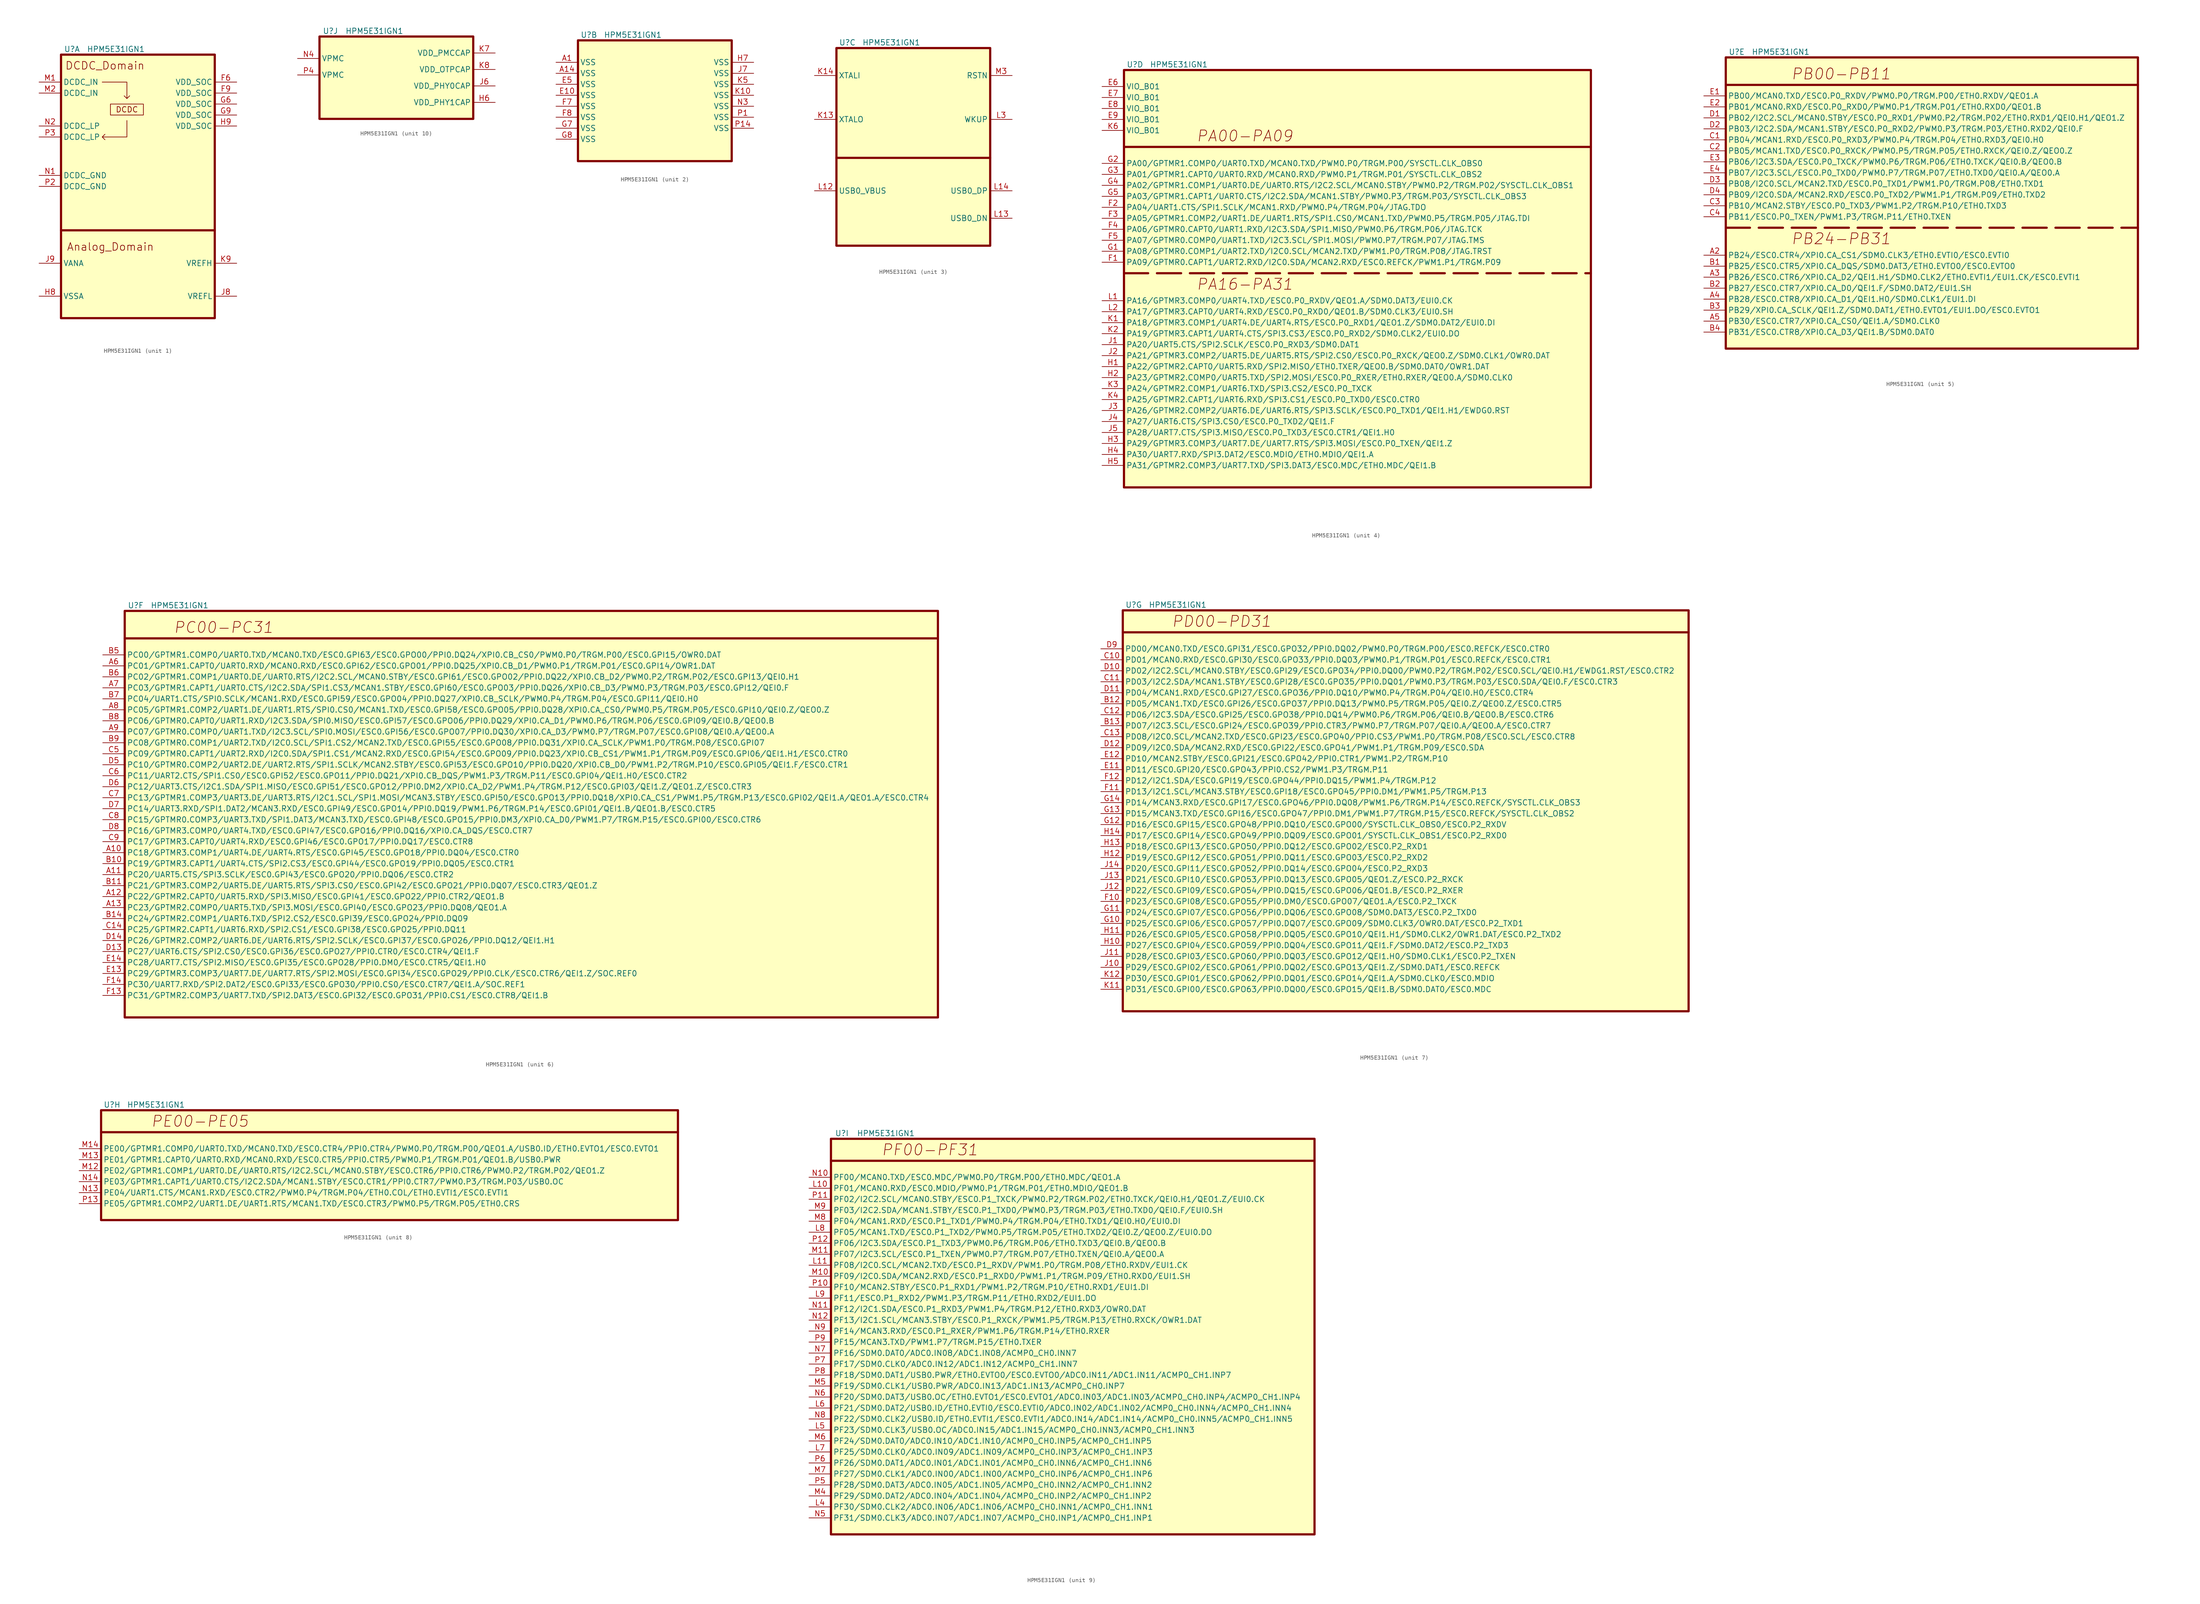
<source format=kicad_sym>
(kicad_symbol_lib
  (version 20241209)
  (generator "kicad_symbol_editor")
  (generator_version "9.0")
  (symbol "HPM5E31IGN1"
    (property "Reference" "U"
      (at 2.54 1.27 0)
      (effects (font (size 1.27 1.27))))
    (property "Value" "HPM5E31IGN1"
      (at 12.7 1.27 0)
      (effects (font (size 1.27 1.27))))
    (property "ki_locked" ""
      (at 0 0 0)
      (effects (font (size 1.27 1.27))))
    (symbol "HPM5E31IGN1_1_1"
      (rectangle (start 0 0) (end 35.56 -60.96) (stroke (width 0.508) (type default)) (fill (type background)))
      (polyline (pts (xy 0 -40.64) (xy 35.56 -40.64)) (stroke (width 0.508) (type default)) (fill (type none)))
      (polyline (pts (xy 9.525 -6.35) (xy 15.24 -6.35) (xy 15.24 -10.16) (xy 14.605 -9.525) (xy 15.24 -10.16) (xy 15.875 -9.525)) (stroke (width 0) (type default)) (fill (type none)))
      (rectangle (start 11.43 -11.43) (end 19.05 -13.97) (stroke (width 0) (type default)) (fill (type none)))
      (polyline (pts (xy 15.24 -15.24) (xy 15.24 -19.05) (xy 9.525 -19.05) (xy 10.16 -18.415) (xy 9.525 -19.05) (xy 10.16 -19.685)) (stroke (width 0) (type default)) (fill (type none)))
      (text "DCDC_Domain" (at 10.16 -2.54 0) (effects (font (size 1.778 1.778))))
      (text "Analog_Domain" (at 11.43 -44.45 0) (effects (font (size 1.778 1.778))))
      (text "DCDC" (at 15.24 -12.7 0) (effects (font (size 1.27 1.27))))
      (pin power_in line (at -5.08 -6.35 0) (length 5.08) (name "DCDC_IN" (effects (font (size 1.27 1.27)))) (number "M1" (effects (font (size 1.27 1.27)))))
      (pin power_in line (at -5.08 -8.89 0) (length 5.08) (name "DCDC_IN" (effects (font (size 1.27 1.27)))) (number "M2" (effects (font (size 1.27 1.27)))))
      (pin power_in line (at -5.08 -16.51 0) (length 5.08) (name "DCDC_LP" (effects (font (size 1.27 1.27)))) (number "N2" (effects (font (size 1.27 1.27)))))
      (pin power_in line (at -5.08 -19.05 0) (length 5.08) (name "DCDC_LP" (effects (font (size 1.27 1.27)))) (number "P3" (effects (font (size 1.27 1.27)))))
      (pin power_in line (at -5.08 -27.94 0) (length 5.08) (name "DCDC_GND" (effects (font (size 1.27 1.27)))) (number "N1" (effects (font (size 1.27 1.27)))))
      (pin power_in line (at -5.08 -30.48 0) (length 5.08) (name "DCDC_GND" (effects (font (size 1.27 1.27)))) (number "P2" (effects (font (size 1.27 1.27)))))
      (pin power_in line (at -5.08 -48.26 0) (length 5.08) (name "VANA" (effects (font (size 1.27 1.27)))) (number "J9" (effects (font (size 1.27 1.27)))))
      (pin power_in line (at -5.08 -55.88 0) (length 5.08) (name "VSSA" (effects (font (size 1.27 1.27)))) (number "H8" (effects (font (size 1.27 1.27)))))
      (pin power_in line (at 40.64 -6.35 180) (length 5.08) (name "VDD_SOC" (effects (font (size 1.27 1.27)))) (number "F6" (effects (font (size 1.27 1.27)))))
      (pin power_in line (at 40.64 -8.89 180) (length 5.08) (name "VDD_SOC" (effects (font (size 1.27 1.27)))) (number "F9" (effects (font (size 1.27 1.27)))))
      (pin power_in line (at 40.64 -11.43 180) (length 5.08) (name "VDD_SOC" (effects (font (size 1.27 1.27)))) (number "G6" (effects (font (size 1.27 1.27)))))
      (pin power_in line (at 40.64 -13.97 180) (length 5.08) (name "VDD_SOC" (effects (font (size 1.27 1.27)))) (number "G9" (effects (font (size 1.27 1.27)))))
      (pin power_in line (at 40.64 -16.51 180) (length 5.08) (name "VDD_SOC" (effects (font (size 1.27 1.27)))) (number "H9" (effects (font (size 1.27 1.27)))))
      (pin power_in line (at 40.64 -48.26 180) (length 5.08) (name "VREFH" (effects (font (size 1.27 1.27)))) (number "K9" (effects (font (size 1.27 1.27)))))
      (pin power_in line (at 40.64 -55.88 180) (length 5.08) (name "VREFL" (effects (font (size 1.27 1.27)))) (number "J8" (effects (font (size 1.27 1.27))))))
    (symbol "HPM5E31IGN1_2_1"
      (rectangle (start 0 0) (end 35.56 -27.94) (stroke (width 0.508) (type default)) (fill (type background)))
      (pin power_in line (at -5.08 -5.08 0) (length 5.08) (name "VSS" (effects (font (size 1.27 1.27)))) (number "A1" (effects (font (size 1.27 1.27)))))
      (pin power_in line (at -5.08 -7.62 0) (length 5.08) (name "VSS" (effects (font (size 1.27 1.27)))) (number "A14" (effects (font (size 1.27 1.27)))))
      (pin power_in line (at -5.08 -10.16 0) (length 5.08) (name "VSS" (effects (font (size 1.27 1.27)))) (number "E5" (effects (font (size 1.27 1.27)))))
      (pin power_in line (at -5.08 -12.7 0) (length 5.08) (name "VSS" (effects (font (size 1.27 1.27)))) (number "E10" (effects (font (size 1.27 1.27)))))
      (pin power_in line (at -5.08 -15.24 0) (length 5.08) (name "VSS" (effects (font (size 1.27 1.27)))) (number "F7" (effects (font (size 1.27 1.27)))))
      (pin power_in line (at -5.08 -17.78 0) (length 5.08) (name "VSS" (effects (font (size 1.27 1.27)))) (number "F8" (effects (font (size 1.27 1.27)))))
      (pin power_in line (at -5.08 -20.32 0) (length 5.08) (name "VSS" (effects (font (size 1.27 1.27)))) (number "G7" (effects (font (size 1.27 1.27)))))
      (pin power_in line (at -5.08 -22.86 0) (length 5.08) (name "VSS" (effects (font (size 1.27 1.27)))) (number "G8" (effects (font (size 1.27 1.27)))))
      (pin power_in line (at 40.64 -5.08 180) (length 5.08) (name "VSS" (effects (font (size 1.27 1.27)))) (number "H7" (effects (font (size 1.27 1.27)))))
      (pin power_in line (at 40.64 -7.62 180) (length 5.08) (name "VSS" (effects (font (size 1.27 1.27)))) (number "J7" (effects (font (size 1.27 1.27)))))
      (pin power_in line (at 40.64 -10.16 180) (length 5.08) (name "VSS" (effects (font (size 1.27 1.27)))) (number "K5" (effects (font (size 1.27 1.27)))))
      (pin power_in line (at 40.64 -12.7 180) (length 5.08) (name "VSS" (effects (font (size 1.27 1.27)))) (number "K10" (effects (font (size 1.27 1.27)))))
      (pin power_in line (at 40.64 -15.24 180) (length 5.08) (name "VSS" (effects (font (size 1.27 1.27)))) (number "N3" (effects (font (size 1.27 1.27)))))
      (pin power_in line (at 40.64 -17.78 180) (length 5.08) (name "VSS" (effects (font (size 1.27 1.27)))) (number "P1" (effects (font (size 1.27 1.27)))))
      (pin power_in line (at 40.64 -20.32 180) (length 5.08) (name "VSS" (effects (font (size 1.27 1.27)))) (number "P14" (effects (font (size 1.27 1.27))))))
    (symbol "HPM5E31IGN1_3_1"
      (rectangle (start 0 0) (end 35.56 -45.72) (stroke (width 0.508) (type default)) (fill (type background)))
      (polyline (pts (xy 0 -25.4) (xy 35.56 -25.4)) (stroke (width 0.508) (type default)) (fill (type none)))
      (pin input line (at -5.08 -6.35 0) (length 5.08) (name "XTALI" (effects (font (size 1.27 1.27)))) (number "K14" (effects (font (size 1.27 1.27)))))
      (pin input line (at -5.08 -16.51 0) (length 5.08) (name "XTALO" (effects (font (size 1.27 1.27)))) (number "K13" (effects (font (size 1.27 1.27)))))
      (pin input line (at -5.08 -33.02 0) (length 5.08) (name "USB0_VBUS" (effects (font (size 1.27 1.27)))) (number "L12" (effects (font (size 1.27 1.27)))))
      (pin input line (at 40.64 -6.35 180) (length 5.08) (name "RSTN" (effects (font (size 1.27 1.27)))) (number "M3" (effects (font (size 1.27 1.27)))))
      (pin input line (at 40.64 -16.51 180) (length 5.08) (name "WKUP" (effects (font (size 1.27 1.27)))) (number "L3" (effects (font (size 1.27 1.27)))))
      (pin input line (at 40.64 -33.02 180) (length 5.08) (name "USB0_DP" (effects (font (size 1.27 1.27)))) (number "L14" (effects (font (size 1.27 1.27)))))
      (pin input line (at 40.64 -39.37 180) (length 5.08) (name "USB0_DN" (effects (font (size 1.27 1.27)))) (number "L13" (effects (font (size 1.27 1.27))))))
    (symbol "HPM5E31IGN1_4_1"
      (rectangle (start 0 0) (end 107.95 -96.52) (stroke (width 0.508) (type default)) (fill (type background)))
      (polyline (pts (xy 0 -17.78) (xy 107.95 -17.78)) (stroke (width 0.508) (type default)) (fill (type none)))
      (polyline (pts (xy 0 -46.99) (xy 107.95 -46.99)) (stroke (width 0.508) (type dash)) (fill (type none)))
      (text "PA00-PA09" (at 27.94 -15.24 0) (effects (font (size 2.54 2.54) (italic yes))))
      (text "PA16-PA31" (at 27.94 -49.53 0) (effects (font (size 2.54 2.54) (italic yes))))
      (pin input line (at -5.08 -3.81 0) (length 5.08) (name "VIO_B01" (effects (font (size 1.27 1.27)))) (number "E6" (effects (font (size 1.27 1.27)))))
      (pin input line (at -5.08 -6.35 0) (length 5.08) (name "VIO_B01" (effects (font (size 1.27 1.27)))) (number "E7" (effects (font (size 1.27 1.27)))))
      (pin input line (at -5.08 -8.89 0) (length 5.08) (name "VIO_B01" (effects (font (size 1.27 1.27)))) (number "E8" (effects (font (size 1.27 1.27)))))
      (pin input line (at -5.08 -11.43 0) (length 5.08) (name "VIO_B01" (effects (font (size 1.27 1.27)))) (number "E9" (effects (font (size 1.27 1.27)))))
      (pin input line (at -5.08 -13.97 0) (length 5.08) (name "VIO_B01" (effects (font (size 1.27 1.27)))) (number "K6" (effects (font (size 1.27 1.27)))))
      (pin input line (at -5.08 -21.59 0) (length 5.08) (name "PA00/GPTMR1.COMP0/UART0.TXD/MCAN0.TXD/PWM0.P0/TRGM.P00/SYSCTL.CLK_OBS0" (effects (font (size 1.27 1.27)))) (number "G2" (effects (font (size 1.27 1.27)))))
      (pin input line (at -5.08 -24.13 0) (length 5.08) (name "PA01/GPTMR1.CAPT0/UART0.RXD/MCAN0.RXD/PWM0.P1/TRGM.P01/SYSCTL.CLK_OBS2" (effects (font (size 1.27 1.27)))) (number "G3" (effects (font (size 1.27 1.27)))))
      (pin input line (at -5.08 -26.67 0) (length 5.08) (name "PA02/GPTMR1.COMP1/UART0.DE/UART0.RTS/I2C2.SCL/MCAN0.STBY/PWM0.P2/TRGM.P02/SYSCTL.CLK_OBS1" (effects (font (size 1.27 1.27)))) (number "G4" (effects (font (size 1.27 1.27)))))
      (pin input line (at -5.08 -29.21 0) (length 5.08) (name "PA03/GPTMR1.CAPT1/UART0.CTS/I2C2.SDA/MCAN1.STBY/PWM0.P3/TRGM.P03/SYSCTL.CLK_OBS3" (effects (font (size 1.27 1.27)))) (number "G5" (effects (font (size 1.27 1.27)))))
      (pin input line (at -5.08 -31.75 0) (length 5.08) (name "PA04/UART1.CTS/SPI1.SCLK/MCAN1.RXD/PWM0.P4/TRGM.P04/JTAG.TDO" (effects (font (size 1.27 1.27)))) (number "F2" (effects (font (size 1.27 1.27)))))
      (pin input line (at -5.08 -34.29 0) (length 5.08) (name "PA05/GPTMR1.COMP2/UART1.DE/UART1.RTS/SPI1.CS0/MCAN1.TXD/PWM0.P5/TRGM.P05/JTAG.TDI" (effects (font (size 1.27 1.27)))) (number "F3" (effects (font (size 1.27 1.27)))))
      (pin input line (at -5.08 -36.83 0) (length 5.08) (name "PA06/GPTMR0.CAPT0/UART1.RXD/I2C3.SDA/SPI1.MISO/PWM0.P6/TRGM.P06/JTAG.TCK" (effects (font (size 1.27 1.27)))) (number "F4" (effects (font (size 1.27 1.27)))))
      (pin input line (at -5.08 -39.37 0) (length 5.08) (name "PA07/GPTMR0.COMP0/UART1.TXD/I2C3.SCL/SPI1.MOSI/PWM0.P7/TRGM.P07/JTAG.TMS" (effects (font (size 1.27 1.27)))) (number "F5" (effects (font (size 1.27 1.27)))))
      (pin input line (at -5.08 -41.91 0) (length 5.08) (name "PA08/GPTMR0.COMP1/UART2.TXD/I2C0.SCL/MCAN2.TXD/PWM1.P0/TRGM.P08/JTAG.TRST" (effects (font (size 1.27 1.27)))) (number "G1" (effects (font (size 1.27 1.27)))))
      (pin input line (at -5.08 -44.45 0) (length 5.08) (name "PA09/GPTMR0.CAPT1/UART2.RXD/I2C0.SDA/MCAN2.RXD/ESC0.REFCK/PWM1.P1/TRGM.P09" (effects (font (size 1.27 1.27)))) (number "F1" (effects (font (size 1.27 1.27)))))
      (pin input line (at -5.08 -53.34 0) (length 5.08) (name "PA16/GPTMR3.COMP0/UART4.TXD/ESC0.P0_RXDV/QEO1.A/SDM0.DAT3/EUI0.CK" (effects (font (size 1.27 1.27)))) (number "L1" (effects (font (size 1.27 1.27)))))
      (pin input line (at -5.08 -55.88 0) (length 5.08) (name "PA17/GPTMR3.CAPT0/UART4.RXD/ESC0.P0_RXD0/QEO1.B/SDM0.CLK3/EUI0.SH" (effects (font (size 1.27 1.27)))) (number "L2" (effects (font (size 1.27 1.27)))))
      (pin input line (at -5.08 -58.42 0) (length 5.08) (name "PA18/GPTMR3.COMP1/UART4.DE/UART4.RTS/ESC0.P0_RXD1/QEO1.Z/SDM0.DAT2/EUI0.DI" (effects (font (size 1.27 1.27)))) (number "K1" (effects (font (size 1.27 1.27)))))
      (pin input line (at -5.08 -60.96 0) (length 5.08) (name "PA19/GPTMR3.CAPT1/UART4.CTS/SPI3.CS3/ESC0.P0_RXD2/SDM0.CLK2/EUI0.DO" (effects (font (size 1.27 1.27)))) (number "K2" (effects (font (size 1.27 1.27)))))
      (pin input line (at -5.08 -63.5 0) (length 5.08) (name "PA20/UART5.CTS/SPI2.SCLK/ESC0.P0_RXD3/SDM0.DAT1" (effects (font (size 1.27 1.27)))) (number "J1" (effects (font (size 1.27 1.27)))))
      (pin input line (at -5.08 -66.04 0) (length 5.08) (name "PA21/GPTMR3.COMP2/UART5.DE/UART5.RTS/SPI2.CS0/ESC0.P0_RXCK/QEO0.Z/SDM0.CLK1/OWR0.DAT" (effects (font (size 1.27 1.27)))) (number "J2" (effects (font (size 1.27 1.27)))))
      (pin input line (at -5.08 -68.58 0) (length 5.08) (name "PA22/GPTMR2.CAPT0/UART5.RXD/SPI2.MISO/ETH0.TXER/QEO0.B/SDM0.DAT0/OWR1.DAT" (effects (font (size 1.27 1.27)))) (number "H1" (effects (font (size 1.27 1.27)))))
      (pin input line (at -5.08 -71.12 0) (length 5.08) (name "PA23/GPTMR2.COMP0/UART5.TXD/SPI2.MOSI/ESC0.P0_RXER/ETH0.RXER/QEO0.A/SDM0.CLK0" (effects (font (size 1.27 1.27)))) (number "H2" (effects (font (size 1.27 1.27)))))
      (pin input line (at -5.08 -73.66 0) (length 5.08) (name "PA24/GPTMR2.COMP1/UART6.TXD/SPI3.CS2/ESC0.P0_TXCK" (effects (font (size 1.27 1.27)))) (number "K3" (effects (font (size 1.27 1.27)))))
      (pin input line (at -5.08 -76.2 0) (length 5.08) (name "PA25/GPTMR2.CAPT1/UART6.RXD/SPI3.CS1/ESC0.P0_TXD0/ESC0.CTR0" (effects (font (size 1.27 1.27)))) (number "K4" (effects (font (size 1.27 1.27)))))
      (pin input line (at -5.08 -78.74 0) (length 5.08) (name "PA26/GPTMR2.COMP2/UART6.DE/UART6.RTS/SPI3.SCLK/ESC0.P0_TXD1/QEI1.H1/EWDG0.RST" (effects (font (size 1.27 1.27)))) (number "J3" (effects (font (size 1.27 1.27)))))
      (pin input line (at -5.08 -81.28 0) (length 5.08) (name "PA27/UART6.CTS/SPI3.CS0/ESC0.P0_TXD2/QEI1.F" (effects (font (size 1.27 1.27)))) (number "J4" (effects (font (size 1.27 1.27)))))
      (pin input line (at -5.08 -83.82 0) (length 5.08) (name "PA28/UART7.CTS/SPI3.MISO/ESC0.P0_TXD3/ESC0.CTR1/QEI1.H0" (effects (font (size 1.27 1.27)))) (number "J5" (effects (font (size 1.27 1.27)))))
      (pin input line (at -5.08 -86.36 0) (length 5.08) (name "PA29/GPTMR3.COMP3/UART7.DE/UART7.RTS/SPI3.MOSI/ESC0.P0_TXEN/QEI1.Z" (effects (font (size 1.27 1.27)))) (number "H3" (effects (font (size 1.27 1.27)))))
      (pin input line (at -5.08 -88.9 0) (length 5.08) (name "PA30/UART7.RXD/SPI3.DAT2/ESC0.MDIO/ETH0.MDIO/QEI1.A" (effects (font (size 1.27 1.27)))) (number "H4" (effects (font (size 1.27 1.27)))))
      (pin input line (at -5.08 -91.44 0) (length 5.08) (name "PA31/GPTMR2.COMP3/UART7.TXD/SPI3.DAT3/ESC0.MDC/ETH0.MDC/QEI1.B" (effects (font (size 1.27 1.27)))) (number "H5" (effects (font (size 1.27 1.27))))))
    (symbol "HPM5E31IGN1_5_1"
      (rectangle (start 0 0) (end 95.25 -67.31) (stroke (width 0.508) (type default)) (fill (type background)))
      (polyline (pts (xy 0 -6.35) (xy 95.25 -6.35)) (stroke (width 0.508) (type solid)) (fill (type none)))
      (polyline (pts (xy 0 -39.37) (xy 95.25 -39.37)) (stroke (width 0.508) (type dash)) (fill (type none)))
      (text "PB00-PB11" (at 26.67 -3.81 0) (effects (font (size 2.54 2.54) (italic yes))))
      (text "PB24-PB31" (at 26.67 -41.91 0) (effects (font (size 2.54 2.54) (italic yes))))
      (pin input line (at -5.08 -8.89 0) (length 5.08) (name "PB00/MCAN0.TXD/ESC0.P0_RXDV/PWM0.P0/TRGM.P00/ETH0.RXDV/QEO1.A" (effects (font (size 1.27 1.27)))) (number "E1" (effects (font (size 1.27 1.27)))))
      (pin input line (at -5.08 -11.43 0) (length 5.08) (name "PB01/MCAN0.RXD/ESC0.P0_RXD0/PWM0.P1/TRGM.P01/ETH0.RXD0/QEO1.B" (effects (font (size 1.27 1.27)))) (number "E2" (effects (font (size 1.27 1.27)))))
      (pin input line (at -5.08 -13.97 0) (length 5.08) (name "PB02/I2C2.SCL/MCAN0.STBY/ESC0.P0_RXD1/PWM0.P2/TRGM.P02/ETH0.RXD1/QEI0.H1/QEO1.Z" (effects (font (size 1.27 1.27)))) (number "D1" (effects (font (size 1.27 1.27)))))
      (pin input line (at -5.08 -16.51 0) (length 5.08) (name "PB03/I2C2.SDA/MCAN1.STBY/ESC0.P0_RXD2/PWM0.P3/TRGM.P03/ETH0.RXD2/QEI0.F" (effects (font (size 1.27 1.27)))) (number "D2" (effects (font (size 1.27 1.27)))))
      (pin input line (at -5.08 -19.05 0) (length 5.08) (name "PB04/MCAN1.RXD/ESC0.P0_RXD3/PWM0.P4/TRGM.P04/ETH0.RXD3/QEI0.H0" (effects (font (size 1.27 1.27)))) (number "C1" (effects (font (size 1.27 1.27)))))
      (pin input line (at -5.08 -21.59 0) (length 5.08) (name "PB05/MCAN1.TXD/ESC0.P0_RXCK/PWM0.P5/TRGM.P05/ETH0.RXCK/QEI0.Z/QEO0.Z" (effects (font (size 1.27 1.27)))) (number "C2" (effects (font (size 1.27 1.27)))))
      (pin input line (at -5.08 -24.13 0) (length 5.08) (name "PB06/I2C3.SDA/ESC0.P0_TXCK/PWM0.P6/TRGM.P06/ETH0.TXCK/QEI0.B/QEO0.B" (effects (font (size 1.27 1.27)))) (number "E3" (effects (font (size 1.27 1.27)))))
      (pin input line (at -5.08 -26.67 0) (length 5.08) (name "PB07/I2C3.SCL/ESC0.P0_TXD0/PWM0.P7/TRGM.P07/ETH0.TXD0/QEI0.A/QEO0.A" (effects (font (size 1.27 1.27)))) (number "E4" (effects (font (size 1.27 1.27)))))
      (pin input line (at -5.08 -29.21 0) (length 5.08) (name "PB08/I2C0.SCL/MCAN2.TXD/ESC0.P0_TXD1/PWM1.P0/TRGM.P08/ETH0.TXD1" (effects (font (size 1.27 1.27)))) (number "D3" (effects (font (size 1.27 1.27)))))
      (pin input line (at -5.08 -31.75 0) (length 5.08) (name "PB09/I2C0.SDA/MCAN2.RXD/ESC0.P0_TXD2/PWM1.P1/TRGM.P09/ETH0.TXD2" (effects (font (size 1.27 1.27)))) (number "D4" (effects (font (size 1.27 1.27)))))
      (pin input line (at -5.08 -34.29 0) (length 5.08) (name "PB10/MCAN2.STBY/ESC0.P0_TXD3/PWM1.P2/TRGM.P10/ETH0.TXD3" (effects (font (size 1.27 1.27)))) (number "C3" (effects (font (size 1.27 1.27)))))
      (pin input line (at -5.08 -36.83 0) (length 5.08) (name "PB11/ESC0.P0_TXEN/PWM1.P3/TRGM.P11/ETH0.TXEN" (effects (font (size 1.27 1.27)))) (number "C4" (effects (font (size 1.27 1.27)))))
      (pin input line (at -5.08 -45.72 0) (length 5.08) (name "PB24/ESC0.CTR4/XPI0.CA_CS1/SDM0.CLK3/ETH0.EVTI0/ESC0.EVTI0" (effects (font (size 1.27 1.27)))) (number "A2" (effects (font (size 1.27 1.27)))))
      (pin input line (at -5.08 -48.26 0) (length 5.08) (name "PB25/ESC0.CTR5/XPI0.CA_DQS/SDM0.DAT3/ETH0.EVTO0/ESC0.EVTO0" (effects (font (size 1.27 1.27)))) (number "B1" (effects (font (size 1.27 1.27)))))
      (pin input line (at -5.08 -50.8 0) (length 5.08) (name "PB26/ESC0.CTR6/XPI0.CA_D2/QEI1.H1/SDM0.CLK2/ETH0.EVTI1/EUI1.CK/ESC0.EVTI1" (effects (font (size 1.27 1.27)))) (number "A3" (effects (font (size 1.27 1.27)))))
      (pin input line (at -5.08 -53.34 0) (length 5.08) (name "PB27/ESC0.CTR7/XPI0.CA_D0/QEI1.F/SDM0.DAT2/EUI1.SH" (effects (font (size 1.27 1.27)))) (number "B2" (effects (font (size 1.27 1.27)))))
      (pin input line (at -5.08 -55.88 0) (length 5.08) (name "PB28/ESC0.CTR8/XPI0.CA_D1/QEI1.H0/SDM0.CLK1/EUI1.DI" (effects (font (size 1.27 1.27)))) (number "A4" (effects (font (size 1.27 1.27)))))
      (pin input line (at -5.08 -58.42 0) (length 5.08) (name "PB29/XPI0.CA_SCLK/QEI1.Z/SDM0.DAT1/ETH0.EVTO1/EUI1.DO/ESC0.EVTO1" (effects (font (size 1.27 1.27)))) (number "B3" (effects (font (size 1.27 1.27)))))
      (pin input line (at -5.08 -60.96 0) (length 5.08) (name "PB30/ESC0.CTR7/XPI0.CA_CS0/QEI1.A/SDM0.CLK0" (effects (font (size 1.27 1.27)))) (number "A5" (effects (font (size 1.27 1.27)))))
      (pin input line (at -5.08 -63.5 0) (length 5.08) (name "PB31/ESC0.CTR8/XPI0.CA_D3/QEI1.B/SDM0.DAT0" (effects (font (size 1.27 1.27)))) (number "B4" (effects (font (size 1.27 1.27))))))
    (symbol "HPM5E31IGN1_6_1"
      (rectangle (start 0 0) (end 187.96 -93.98) (stroke (width 0.508) (type default)) (fill (type background)))
      (polyline (pts (xy 0 -6.35) (xy 187.96 -6.35)) (stroke (width 0.508) (type solid)) (fill (type none)))
      (text "PC00-PC31" (at 22.86 -3.81 0) (effects (font (size 2.54 2.54) (italic yes))))
      (pin input line (at -5.08 -10.16 0) (length 5.08) (name "PC00/GPTMR1.COMP0/UART0.TXD/MCAN0.TXD/ESC0.GPI63/ESC0.GPO00/PPI0.DQ24/XPI0.CB_CS0/PWM0.P0/TRGM.P00/ESC0.GPI15/OWR0.DAT" (effects (font (size 1.27 1.27)))) (number "B5" (effects (font (size 1.27 1.27)))))
      (pin input line (at -5.08 -12.7 0) (length 5.08) (name "PC01/GPTMR1.CAPT0/UART0.RXD/MCAN0.RXD/ESC0.GPI62/ESC0.GPO01/PPI0.DQ25/XPI0.CB_D1/PWM0.P1/TRGM.P01/ESC0.GPI14/OWR1.DAT" (effects (font (size 1.27 1.27)))) (number "A6" (effects (font (size 1.27 1.27)))))
      (pin input line (at -5.08 -15.24 0) (length 5.08) (name "PC02/GPTMR1.COMP1/UART0.DE/UART0.RTS/I2C2.SCL/MCAN0.STBY/ESC0.GPI61/ESC0.GPO02/PPI0.DQ22/XPI0.CB_D2/PWM0.P2/TRGM.P02/ESC0.GPI13/QEI0.H1" (effects (font (size 1.27 1.27)))) (number "B6" (effects (font (size 1.27 1.27)))))
      (pin input line (at -5.08 -17.78 0) (length 5.08) (name "PC03/GPTMR1.CAPT1/UART0.CTS/I2C2.SDA/SPI1.CS3/MCAN1.STBY/ESC0.GPI60/ESC0.GPO03/PPI0.DQ26/XPI0.CB_D3/PWM0.P3/TRGM.P03/ESC0.GPI12/QEI0.F" (effects (font (size 1.27 1.27)))) (number "A7" (effects (font (size 1.27 1.27)))))
      (pin input line (at -5.08 -20.32 0) (length 5.08) (name "PC04/UART1.CTS/SPI0.SCLK/MCAN1.RXD/ESC0.GPI59/ESC0.GPO04/PPI0.DQ27/XPI0.CB_SCLK/PWM0.P4/TRGM.P04/ESC0.GPI11/QEI0.H0" (effects (font (size 1.27 1.27)))) (number "B7" (effects (font (size 1.27 1.27)))))
      (pin input line (at -5.08 -22.86 0) (length 5.08) (name "PC05/GPTMR1.COMP2/UART1.DE/UART1.RTS/SPI0.CS0/MCAN1.TXD/ESC0.GPI58/ESC0.GPO05/PPI0.DQ28/XPI0.CA_CS0/PWM0.P5/TRGM.P05/ESC0.GPI10/QEI0.Z/QEO0.Z" (effects (font (size 1.27 1.27)))) (number "A8" (effects (font (size 1.27 1.27)))))
      (pin input line (at -5.08 -25.4 0) (length 5.08) (name "PC06/GPTMR0.CAPT0/UART1.RXD/I2C3.SDA/SPI0.MISO/ESC0.GPI57/ESC0.GPO06/PPI0.DQ29/XPI0.CA_D1/PWM0.P6/TRGM.P06/ESC0.GPI09/QEI0.B/QEO0.B" (effects (font (size 1.27 1.27)))) (number "B8" (effects (font (size 1.27 1.27)))))
      (pin input line (at -5.08 -27.94 0) (length 5.08) (name "PC07/GPTMR0.COMP0/UART1.TXD/I2C3.SCL/SPI0.MOSI/ESC0.GPI56/ESC0.GPO07/PPI0.DQ30/XPI0.CA_D3/PWM0.P7/TRGM.P07/ESC0.GPI08/QEI0.A/QEO0.A" (effects (font (size 1.27 1.27)))) (number "A9" (effects (font (size 1.27 1.27)))))
      (pin input line (at -5.08 -30.48 0) (length 5.08) (name "PC08/GPTMR0.COMP1/UART2.TXD/I2C0.SCL/SPI1.CS2/MCAN2.TXD/ESC0.GPI55/ESC0.GPO08/PPI0.DQ31/XPI0.CA_SCLK/PWM1.P0/TRGM.P08/ESC0.GPI07" (effects (font (size 1.27 1.27)))) (number "B9" (effects (font (size 1.27 1.27)))))
      (pin input line (at -5.08 -33.02 0) (length 5.08) (name "PC09/GPTMR0.CAPT1/UART2.RXD/I2C0.SDA/SPI1.CS1/MCAN2.RXD/ESC0.GPI54/ESC0.GPO09/PPI0.DQ23/XPI0.CB_CS1/PWM1.P1/TRGM.P09/ESC0.GPI06/QEI1.H1/ESC0.CTR0" (effects (font (size 1.27 1.27)))) (number "C5" (effects (font (size 1.27 1.27)))))
      (pin input line (at -5.08 -35.56 0) (length 5.08) (name "PC10/GPTMR0.COMP2/UART2.DE/UART2.RTS/SPI1.SCLK/MCAN2.STBY/ESC0.GPI53/ESC0.GPO10/PPI0.DQ20/XPI0.CB_D0/PWM1.P2/TRGM.P10/ESC0.GPI05/QEI1.F/ESC0.CTR1" (effects (font (size 1.27 1.27)))) (number "D5" (effects (font (size 1.27 1.27)))))
      (pin input line (at -5.08 -38.1 0) (length 5.08) (name "PC11/UART2.CTS/SPI1.CS0/ESC0.GPI52/ESC0.GPO11/PPI0.DQ21/XPI0.CB_DQS/PWM1.P3/TRGM.P11/ESC0.GPI04/QEI1.H0/ESC0.CTR2" (effects (font (size 1.27 1.27)))) (number "C6" (effects (font (size 1.27 1.27)))))
      (pin input line (at -5.08 -40.64 0) (length 5.08) (name "PC12/UART3.CTS/I2C1.SDA/SPI1.MISO/ESC0.GPI51/ESC0.GPO12/PPI0.DM2/XPI0.CA_D2/PWM1.P4/TRGM.P12/ESC0.GPI03/QEI1.Z/QEO1.Z/ESC0.CTR3" (effects (font (size 1.27 1.27)))) (number "D6" (effects (font (size 1.27 1.27)))))
      (pin input line (at -5.08 -43.18 0) (length 5.08) (name "PC13/GPTMR1.COMP3/UART3.DE/UART3.RTS/I2C1.SCL/SPI1.MOSI/MCAN3.STBY/ESC0.GPI50/ESC0.GPO13/PPI0.DQ18/XPI0.CA_CS1/PWM1.P5/TRGM.P13/ESC0.GPI02/QEI1.A/QEO1.A/ESC0.CTR4" (effects (font (size 1.27 1.27)))) (number "C7" (effects (font (size 1.27 1.27)))))
      (pin input line (at -5.08 -45.72 0) (length 5.08) (name "PC14/UART3.RXD/SPI1.DAT2/MCAN3.RXD/ESC0.GPI49/ESC0.GPO14/PPI0.DQ19/PWM1.P6/TRGM.P14/ESC0.GPI01/QEI1.B/QEO1.B/ESC0.CTR5" (effects (font (size 1.27 1.27)))) (number "D7" (effects (font (size 1.27 1.27)))))
      (pin input line (at -5.08 -48.26 0) (length 5.08) (name "PC15/GPTMR0.COMP3/UART3.TXD/SPI1.DAT3/MCAN3.TXD/ESC0.GPI48/ESC0.GPO15/PPI0.DM3/XPI0.CA_D0/PWM1.P7/TRGM.P15/ESC0.GPI00/ESC0.CTR6" (effects (font (size 1.27 1.27)))) (number "C8" (effects (font (size 1.27 1.27)))))
      (pin input line (at -5.08 -50.8 0) (length 5.08) (name "PC16/GPTMR3.COMP0/UART4.TXD/ESC0.GPI47/ESC0.GPO16/PPI0.DQ16/XPI0.CA_DQS/ESC0.CTR7" (effects (font (size 1.27 1.27)))) (number "D8" (effects (font (size 1.27 1.27)))))
      (pin input line (at -5.08 -53.34 0) (length 5.08) (name "PC17/GPTMR3.CAPT0/UART4.RXD/ESC0.GPI46/ESC0.GPO17/PPI0.DQ17/ESC0.CTR8" (effects (font (size 1.27 1.27)))) (number "C9" (effects (font (size 1.27 1.27)))))
      (pin input line (at -5.08 -55.88 0) (length 5.08) (name "PC18/GPTMR3.COMP1/UART4.DE/UART4.RTS/ESC0.GPI45/ESC0.GPO18/PPI0.DQ04/ESC0.CTR0" (effects (font (size 1.27 1.27)))) (number "A10" (effects (font (size 1.27 1.27)))))
      (pin input line (at -5.08 -58.42 0) (length 5.08) (name "PC19/GPTMR3.CAPT1/UART4.CTS/SPI2.CS3/ESC0.GPI44/ESC0.GPO19/PPI0.DQ05/ESC0.CTR1" (effects (font (size 1.27 1.27)))) (number "B10" (effects (font (size 1.27 1.27)))))
      (pin input line (at -5.08 -60.96 0) (length 5.08) (name "PC20/UART5.CTS/SPI3.SCLK/ESC0.GPI43/ESC0.GPO20/PPI0.DQ06/ESC0.CTR2" (effects (font (size 1.27 1.27)))) (number "A11" (effects (font (size 1.27 1.27)))))
      (pin input line (at -5.08 -63.5 0) (length 5.08) (name "PC21/GPTMR3.COMP2/UART5.DE/UART5.RTS/SPI3.CS0/ESC0.GPI42/ESC0.GPO21/PPI0.DQ07/ESC0.CTR3/QEO1.Z" (effects (font (size 1.27 1.27)))) (number "B11" (effects (font (size 1.27 1.27)))))
      (pin input line (at -5.08 -66.04 0) (length 5.08) (name "PC22/GPTMR2.CAPT0/UART5.RXD/SPI3.MISO/ESC0.GPI41/ESC0.GPO22/PPI0.CTR2/QEO1.B" (effects (font (size 1.27 1.27)))) (number "A12" (effects (font (size 1.27 1.27)))))
      (pin input line (at -5.08 -68.58 0) (length 5.08) (name "PC23/GPTMR2.COMP0/UART5.TXD/SPI3.MOSI/ESC0.GPI40/ESC0.GPO23/PPI0.DQ08/QEO1.A" (effects (font (size 1.27 1.27)))) (number "A13" (effects (font (size 1.27 1.27)))))
      (pin input line (at -5.08 -71.12 0) (length 5.08) (name "PC24/GPTMR2.COMP1/UART6.TXD/SPI2.CS2/ESC0.GPI39/ESC0.GPO24/PPI0.DQ09" (effects (font (size 1.27 1.27)))) (number "B14" (effects (font (size 1.27 1.27)))))
      (pin input line (at -5.08 -73.66 0) (length 5.08) (name "PC25/GPTMR2.CAPT1/UART6.RXD/SPI2.CS1/ESC0.GPI38/ESC0.GPO25/PPI0.DQ11" (effects (font (size 1.27 1.27)))) (number "C14" (effects (font (size 1.27 1.27)))))
      (pin input line (at -5.08 -76.2 0) (length 5.08) (name "PC26/GPTMR2.COMP2/UART6.DE/UART6.RTS/SPI2.SCLK/ESC0.GPI37/ESC0.GPO26/PPI0.DQ12/QEI1.H1" (effects (font (size 1.27 1.27)))) (number "D14" (effects (font (size 1.27 1.27)))))
      (pin input line (at -5.08 -78.74 0) (length 5.08) (name "PC27/UART6.CTS/SPI2.CS0/ESC0.GPI36/ESC0.GPO27/PPI0.CTR0/ESC0.CTR4/QEI1.F" (effects (font (size 1.27 1.27)))) (number "D13" (effects (font (size 1.27 1.27)))))
      (pin input line (at -5.08 -81.28 0) (length 5.08) (name "PC28/UART7.CTS/SPI2.MISO/ESC0.GPI35/ESC0.GPO28/PPI0.DM0/ESC0.CTR5/QEI1.H0" (effects (font (size 1.27 1.27)))) (number "E14" (effects (font (size 1.27 1.27)))))
      (pin input line (at -5.08 -83.82 0) (length 5.08) (name "PC29/GPTMR3.COMP3/UART7.DE/UART7.RTS/SPI2.MOSI/ESC0.GPI34/ESC0.GPO29/PPI0.CLK/ESC0.CTR6/QEI1.Z/SOC.REF0" (effects (font (size 1.27 1.27)))) (number "E13" (effects (font (size 1.27 1.27)))))
      (pin input line (at -5.08 -86.36 0) (length 5.08) (name "PC30/UART7.RXD/SPI2.DAT2/ESC0.GPI33/ESC0.GPO30/PPI0.CS0/ESC0.CTR7/QEI1.A/SOC.REF1" (effects (font (size 1.27 1.27)))) (number "F14" (effects (font (size 1.27 1.27)))))
      (pin input line (at -5.08 -88.9 0) (length 5.08) (name "PC31/GPTMR2.COMP3/UART7.TXD/SPI2.DAT3/ESC0.GPI32/ESC0.GPO31/PPI0.CS1/ESC0.CTR8/QEI1.B" (effects (font (size 1.27 1.27)))) (number "F13" (effects (font (size 1.27 1.27))))))
    (symbol "HPM5E31IGN1_7_1"
      (rectangle (start 0 0) (end 130.81 -92.71) (stroke (width 0.508) (type default)) (fill (type background)))
      (polyline (pts (xy 0 -5.08) (xy 130.81 -5.08)) (stroke (width 0.508) (type solid)) (fill (type none)))
      (text "PD00-PD31" (at 22.86 -2.54 0) (effects (font (size 2.54 2.54) (italic yes))))
      (pin input line (at -5.08 -8.89 0) (length 5.08) (name "PD00/MCAN0.TXD/ESC0.GPI31/ESC0.GPO32/PPI0.DQ02/PWM0.P0/TRGM.P00/ESC0.REFCK/ESC0.CTR0" (effects (font (size 1.27 1.27)))) (number "D9" (effects (font (size 1.27 1.27)))))
      (pin input line (at -5.08 -11.43 0) (length 5.08) (name "PD01/MCAN0.RXD/ESC0.GPI30/ESC0.GPO33/PPI0.DQ03/PWM0.P1/TRGM.P01/ESC0.REFCK/ESC0.CTR1" (effects (font (size 1.27 1.27)))) (number "C10" (effects (font (size 1.27 1.27)))))
      (pin input line (at -5.08 -13.97 0) (length 5.08) (name "PD02/I2C2.SCL/MCAN0.STBY/ESC0.GPI29/ESC0.GPO34/PPI0.DQ00/PWM0.P2/TRGM.P02/ESC0.SCL/QEI0.H1/EWDG1.RST/ESC0.CTR2" (effects (font (size 1.27 1.27)))) (number "D10" (effects (font (size 1.27 1.27)))))
      (pin input line (at -5.08 -16.51 0) (length 5.08) (name "PD03/I2C2.SDA/MCAN1.STBY/ESC0.GPI28/ESC0.GPO35/PPI0.DQ01/PWM0.P3/TRGM.P03/ESC0.SDA/QEI0.F/ESC0.CTR3" (effects (font (size 1.27 1.27)))) (number "C11" (effects (font (size 1.27 1.27)))))
      (pin input line (at -5.08 -19.05 0) (length 5.08) (name "PD04/MCAN1.RXD/ESC0.GPI27/ESC0.GPO36/PPI0.DQ10/PWM0.P4/TRGM.P04/QEI0.H0/ESC0.CTR4" (effects (font (size 1.27 1.27)))) (number "D11" (effects (font (size 1.27 1.27)))))
      (pin input line (at -5.08 -21.59 0) (length 5.08) (name "PD05/MCAN1.TXD/ESC0.GPI26/ESC0.GPO37/PPI0.DQ13/PWM0.P5/TRGM.P05/QEI0.Z/QEO0.Z/ESC0.CTR5" (effects (font (size 1.27 1.27)))) (number "B12" (effects (font (size 1.27 1.27)))))
      (pin input line (at -5.08 -24.13 0) (length 5.08) (name "PD06/I2C3.SDA/ESC0.GPI25/ESC0.GPO38/PPI0.DQ14/PWM0.P6/TRGM.P06/QEI0.B/QEO0.B/ESC0.CTR6" (effects (font (size 1.27 1.27)))) (number "C12" (effects (font (size 1.27 1.27)))))
      (pin input line (at -5.08 -26.67 0) (length 5.08) (name "PD07/I2C3.SCL/ESC0.GPI24/ESC0.GPO39/PPI0.CTR3/PWM0.P7/TRGM.P07/QEI0.A/QEO0.A/ESC0.CTR7" (effects (font (size 1.27 1.27)))) (number "B13" (effects (font (size 1.27 1.27)))))
      (pin input line (at -5.08 -29.21 0) (length 5.08) (name "PD08/I2C0.SCL/MCAN2.TXD/ESC0.GPI23/ESC0.GPO40/PPI0.CS3/PWM1.P0/TRGM.P08/ESC0.SCL/ESC0.CTR8" (effects (font (size 1.27 1.27)))) (number "C13" (effects (font (size 1.27 1.27)))))
      (pin input line (at -5.08 -31.75 0) (length 5.08) (name "PD09/I2C0.SDA/MCAN2.RXD/ESC0.GPI22/ESC0.GPO41/PWM1.P1/TRGM.P09/ESC0.SDA" (effects (font (size 1.27 1.27)))) (number "D12" (effects (font (size 1.27 1.27)))))
      (pin input line (at -5.08 -34.29 0) (length 5.08) (name "PD10/MCAN2.STBY/ESC0.GPI21/ESC0.GPO42/PPI0.CTR1/PWM1.P2/TRGM.P10" (effects (font (size 1.27 1.27)))) (number "E12" (effects (font (size 1.27 1.27)))))
      (pin input line (at -5.08 -36.83 0) (length 5.08) (name "PD11/ESC0.GPI20/ESC0.GPO43/PPI0.CS2/PWM1.P3/TRGM.P11" (effects (font (size 1.27 1.27)))) (number "E11" (effects (font (size 1.27 1.27)))))
      (pin input line (at -5.08 -39.37 0) (length 5.08) (name "PD12/I2C1.SDA/ESC0.GPI19/ESC0.GPO44/PPI0.DQ15/PWM1.P4/TRGM.P12" (effects (font (size 1.27 1.27)))) (number "F12" (effects (font (size 1.27 1.27)))))
      (pin input line (at -5.08 -41.91 0) (length 5.08) (name "PD13/I2C1.SCL/MCAN3.STBY/ESC0.GPI18/ESC0.GPO45/PPI0.DM1/PWM1.P5/TRGM.P13" (effects (font (size 1.27 1.27)))) (number "F11" (effects (font (size 1.27 1.27)))))
      (pin input line (at -5.08 -44.45 0) (length 5.08) (name "PD14/MCAN3.RXD/ESC0.GPI17/ESC0.GPO46/PPI0.DQ08/PWM1.P6/TRGM.P14/ESC0.REFCK/SYSCTL.CLK_OBS3" (effects (font (size 1.27 1.27)))) (number "G14" (effects (font (size 1.27 1.27)))))
      (pin input line (at -5.08 -46.99 0) (length 5.08) (name "PD15/MCAN3.TXD/ESC0.GPI16/ESC0.GPO47/PPI0.DM1/PWM1.P7/TRGM.P15/ESC0.REFCK/SYSCTL.CLK_OBS2" (effects (font (size 1.27 1.27)))) (number "G13" (effects (font (size 1.27 1.27)))))
      (pin input line (at -5.08 -49.53 0) (length 5.08) (name "PD16/ESC0.GPI15/ESC0.GPO48/PPI0.DQ10/ESC0.GPO00/SYSCTL.CLK_OBS0/ESC0.P2_RXDV" (effects (font (size 1.27 1.27)))) (number "G12" (effects (font (size 1.27 1.27)))))
      (pin input line (at -5.08 -52.07 0) (length 5.08) (name "PD17/ESC0.GPI14/ESC0.GPO49/PPI0.DQ09/ESC0.GPO01/SYSCTL.CLK_OBS1/ESC0.P2_RXD0" (effects (font (size 1.27 1.27)))) (number "H14" (effects (font (size 1.27 1.27)))))
      (pin input line (at -5.08 -54.61 0) (length 5.08) (name "PD18/ESC0.GPI13/ESC0.GPO50/PPI0.DQ12/ESC0.GPO02/ESC0.P2_RXD1" (effects (font (size 1.27 1.27)))) (number "H13" (effects (font (size 1.27 1.27)))))
      (pin input line (at -5.08 -57.15 0) (length 5.08) (name "PD19/ESC0.GPI12/ESC0.GPO51/PPI0.DQ11/ESC0.GPO03/ESC0.P2_RXD2" (effects (font (size 1.27 1.27)))) (number "H12" (effects (font (size 1.27 1.27)))))
      (pin input line (at -5.08 -59.69 0) (length 5.08) (name "PD20/ESC0.GPI11/ESC0.GPO52/PPI0.DQ14/ESC0.GPO04/ESC0.P2_RXD3" (effects (font (size 1.27 1.27)))) (number "J14" (effects (font (size 1.27 1.27)))))
      (pin input line (at -5.08 -62.23 0) (length 5.08) (name "PD21/ESC0.GPI10/ESC0.GPO53/PPI0.DQ13/ESC0.GPO05/QEO1.Z/ESC0.P2_RXCK" (effects (font (size 1.27 1.27)))) (number "J13" (effects (font (size 1.27 1.27)))))
      (pin input line (at -5.08 -64.77 0) (length 5.08) (name "PD22/ESC0.GPI09/ESC0.GPO54/PPI0.DQ15/ESC0.GPO06/QEO1.B/ESC0.P2_RXER" (effects (font (size 1.27 1.27)))) (number "J12" (effects (font (size 1.27 1.27)))))
      (pin input line (at -5.08 -67.31 0) (length 5.08) (name "PD23/ESC0.GPI08/ESC0.GPO55/PPI0.DM0/ESC0.GPO07/QEO1.A/ESC0.P2_TXCK" (effects (font (size 1.27 1.27)))) (number "F10" (effects (font (size 1.27 1.27)))))
      (pin input line (at -5.08 -69.85 0) (length 5.08) (name "PD24/ESC0.GPI07/ESC0.GPO56/PPI0.DQ06/ESC0.GPO08/SDM0.DAT3/ESC0.P2_TXD0" (effects (font (size 1.27 1.27)))) (number "G11" (effects (font (size 1.27 1.27)))))
      (pin input line (at -5.08 -72.39 0) (length 5.08) (name "PD25/ESC0.GPI06/ESC0.GPO57/PPI0.DQ07/ESC0.GPO09/SDM0.CLK3/OWR0.DAT/ESC0.P2_TXD1" (effects (font (size 1.27 1.27)))) (number "G10" (effects (font (size 1.27 1.27)))))
      (pin input line (at -5.08 -74.93 0) (length 5.08) (name "PD26/ESC0.GPI05/ESC0.GPO58/PPI0.DQ05/ESC0.GPO10/QEI1.H1/SDM0.CLK2/OWR1.DAT/ESC0.P2_TXD2" (effects (font (size 1.27 1.27)))) (number "H11" (effects (font (size 1.27 1.27)))))
      (pin input line (at -5.08 -77.47 0) (length 5.08) (name "PD27/ESC0.GPI04/ESC0.GPO59/PPI0.DQ04/ESC0.GPO11/QEI1.F/SDM0.DAT2/ESC0.P2_TXD3" (effects (font (size 1.27 1.27)))) (number "H10" (effects (font (size 1.27 1.27)))))
      (pin input line (at -5.08 -80.01 0) (length 5.08) (name "PD28/ESC0.GPI03/ESC0.GPO60/PPI0.DQ03/ESC0.GPO12/QEI1.H0/SDM0.CLK1/ESC0.P2_TXEN" (effects (font (size 1.27 1.27)))) (number "J11" (effects (font (size 1.27 1.27)))))
      (pin input line (at -5.08 -82.55 0) (length 5.08) (name "PD29/ESC0.GPI02/ESC0.GPO61/PPI0.DQ02/ESC0.GPO13/QEI1.Z/SDM0.DAT1/ESC0.REFCK" (effects (font (size 1.27 1.27)))) (number "J10" (effects (font (size 1.27 1.27)))))
      (pin input line (at -5.08 -85.09 0) (length 5.08) (name "PD30/ESC0.GPI01/ESC0.GPO62/PPI0.DQ01/ESC0.GPO14/QEI1.A/SDM0.CLK0/ESC0.MDIO" (effects (font (size 1.27 1.27)))) (number "K12" (effects (font (size 1.27 1.27)))))
      (pin input line (at -5.08 -87.63 0) (length 5.08) (name "PD31/ESC0.GPI00/ESC0.GPO63/PPI0.DQ00/ESC0.GPO15/QEI1.B/SDM0.DAT0/ESC0.MDC" (effects (font (size 1.27 1.27)))) (number "K11" (effects (font (size 1.27 1.27))))))
    (symbol "HPM5E31IGN1_8_1"
      (rectangle (start 0 0) (end 133.35 -25.4) (stroke (width 0.508) (type default)) (fill (type background)))
      (polyline (pts (xy 0 -5.08) (xy 133.35 -5.08)) (stroke (width 0.508) (type solid)) (fill (type none)))
      (text "PE00-PE05" (at 22.86 -2.54 0) (effects (font (size 2.54 2.54) (italic yes))))
      (pin input line (at -5.08 -8.89 0) (length 5.08) (name "PE00/GPTMR1.COMP0/UART0.TXD/MCAN0.TXD/ESC0.CTR4/PPI0.CTR4/PWM0.P0/TRGM.P00/QEO1.A/USB0.ID/ETH0.EVTO1/ESC0.EVTO1" (effects (font (size 1.27 1.27)))) (number "M14" (effects (font (size 1.27 1.27)))))
      (pin input line (at -5.08 -11.43 0) (length 5.08) (name "PE01/GPTMR1.CAPT0/UART0.RXD/MCAN0.RXD/ESC0.CTR5/PPI0.CTR5/PWM0.P1/TRGM.P01/QEO1.B/USB0.PWR" (effects (font (size 1.27 1.27)))) (number "M13" (effects (font (size 1.27 1.27)))))
      (pin input line (at -5.08 -13.97 0) (length 5.08) (name "PE02/GPTMR1.COMP1/UART0.DE/UART0.RTS/I2C2.SCL/MCAN0.STBY/ESC0.CTR6/PPI0.CTR6/PWM0.P2/TRGM.P02/QEO1.Z" (effects (font (size 1.27 1.27)))) (number "M12" (effects (font (size 1.27 1.27)))))
      (pin input line (at -5.08 -16.51 0) (length 5.08) (name "PE03/GPTMR1.CAPT1/UART0.CTS/I2C2.SDA/MCAN1.STBY/ESC0.CTR1/PPI0.CTR7/PWM0.P3/TRGM.P03/USB0.OC" (effects (font (size 1.27 1.27)))) (number "N14" (effects (font (size 1.27 1.27)))))
      (pin input line (at -5.08 -19.05 0) (length 5.08) (name "PE04/UART1.CTS/MCAN1.RXD/ESC0.CTR2/PWM0.P4/TRGM.P04/ETH0.COL/ETH0.EVTI1/ESC0.EVTI1" (effects (font (size 1.27 1.27)))) (number "N13" (effects (font (size 1.27 1.27)))))
      (pin input line (at -5.08 -21.59 0) (length 5.08) (name "PE05/GPTMR1.COMP2/UART1.DE/UART1.RTS/MCAN1.TXD/ESC0.CTR3/PWM0.P5/TRGM.P05/ETH0.CRS" (effects (font (size 1.27 1.27)))) (number "P13" (effects (font (size 1.27 1.27))))))
    (symbol "HPM5E31IGN1_9_1"
      (rectangle (start 0 0) (end 111.76 -91.44) (stroke (width 0.508) (type default)) (fill (type background)))
      (polyline (pts (xy 0 -5.08) (xy 111.76 -5.08)) (stroke (width 0.508) (type solid)) (fill (type none)))
      (text "PF00-PF31" (at 22.86 -2.54 0) (effects (font (size 2.54 2.54) (italic yes))))
      (pin input line (at -5.08 -8.89 0) (length 5.08) (name "PF00/MCAN0.TXD/ESC0.MDC/PWM0.P0/TRGM.P00/ETH0.MDC/QEO1.A" (effects (font (size 1.27 1.27)))) (number "N10" (effects (font (size 1.27 1.27)))))
      (pin input line (at -5.08 -11.43 0) (length 5.08) (name "PF01/MCAN0.RXD/ESC0.MDIO/PWM0.P1/TRGM.P01/ETH0.MDIO/QEO1.B" (effects (font (size 1.27 1.27)))) (number "L10" (effects (font (size 1.27 1.27)))))
      (pin input line (at -5.08 -13.97 0) (length 5.08) (name "PF02/I2C2.SCL/MCAN0.STBY/ESC0.P1_TXCK/PWM0.P2/TRGM.P02/ETH0.TXCK/QEI0.H1/QEO1.Z/EUI0.CK" (effects (font (size 1.27 1.27)))) (number "P11" (effects (font (size 1.27 1.27)))))
      (pin input line (at -5.08 -16.51 0) (length 5.08) (name "PF03/I2C2.SDA/MCAN1.STBY/ESC0.P1_TXD0/PWM0.P3/TRGM.P03/ETH0.TXD0/QEI0.F/EUI0.SH" (effects (font (size 1.27 1.27)))) (number "M9" (effects (font (size 1.27 1.27)))))
      (pin input line (at -5.08 -19.05 0) (length 5.08) (name "PF04/MCAN1.RXD/ESC0.P1_TXD1/PWM0.P4/TRGM.P04/ETH0.TXD1/QEI0.H0/EUI0.DI" (effects (font (size 1.27 1.27)))) (number "M8" (effects (font (size 1.27 1.27)))))
      (pin input line (at -5.08 -21.59 0) (length 5.08) (name "PF05/MCAN1.TXD/ESC0.P1_TXD2/PWM0.P5/TRGM.P05/ETH0.TXD2/QEI0.Z/QEO0.Z/EUI0.DO" (effects (font (size 1.27 1.27)))) (number "L8" (effects (font (size 1.27 1.27)))))
      (pin input line (at -5.08 -24.13 0) (length 5.08) (name "PF06/I2C3.SDA/ESC0.P1_TXD3/PWM0.P6/TRGM.P06/ETH0.TXD3/QEI0.B/QEO0.B" (effects (font (size 1.27 1.27)))) (number "P12" (effects (font (size 1.27 1.27)))))
      (pin input line (at -5.08 -26.67 0) (length 5.08) (name "PF07/I2C3.SCL/ESC0.P1_TXEN/PWM0.P7/TRGM.P07/ETH0.TXEN/QEI0.A/QEO0.A" (effects (font (size 1.27 1.27)))) (number "M11" (effects (font (size 1.27 1.27)))))
      (pin input line (at -5.08 -29.21 0) (length 5.08) (name "PF08/I2C0.SCL/MCAN2.TXD/ESC0.P1_RXDV/PWM1.P0/TRGM.P08/ETH0.RXDV/EUI1.CK" (effects (font (size 1.27 1.27)))) (number "L11" (effects (font (size 1.27 1.27)))))
      (pin input line (at -5.08 -31.75 0) (length 5.08) (name "PF09/I2C0.SDA/MCAN2.RXD/ESC0.P1_RXD0/PWM1.P1/TRGM.P09/ETH0.RXD0/EUI1.SH" (effects (font (size 1.27 1.27)))) (number "M10" (effects (font (size 1.27 1.27)))))
      (pin input line (at -5.08 -34.29 0) (length 5.08) (name "PF10/MCAN2.STBY/ESC0.P1_RXD1/PWM1.P2/TRGM.P10/ETH0.RXD1/EUI1.DI" (effects (font (size 1.27 1.27)))) (number "P10" (effects (font (size 1.27 1.27)))))
      (pin input line (at -5.08 -36.83 0) (length 5.08) (name "PF11/ESC0.P1_RXD2/PWM1.P3/TRGM.P11/ETH0.RXD2/EUI1.DO" (effects (font (size 1.27 1.27)))) (number "L9" (effects (font (size 1.27 1.27)))))
      (pin input line (at -5.08 -39.37 0) (length 5.08) (name "PF12/I2C1.SDA/ESC0.P1_RXD3/PWM1.P4/TRGM.P12/ETH0.RXD3/OWR0.DAT" (effects (font (size 1.27 1.27)))) (number "N11" (effects (font (size 1.27 1.27)))))
      (pin input line (at -5.08 -41.91 0) (length 5.08) (name "PF13/I2C1.SCL/MCAN3.STBY/ESC0.P1_RXCK/PWM1.P5/TRGM.P13/ETH0.RXCK/OWR1.DAT" (effects (font (size 1.27 1.27)))) (number "N12" (effects (font (size 1.27 1.27)))))
      (pin input line (at -5.08 -44.45 0) (length 5.08) (name "PF14/MCAN3.RXD/ESC0.P1_RXER/PWM1.P6/TRGM.P14/ETH0.RXER" (effects (font (size 1.27 1.27)))) (number "N9" (effects (font (size 1.27 1.27)))))
      (pin input line (at -5.08 -46.99 0) (length 5.08) (name "PF15/MCAN3.TXD/PWM1.P7/TRGM.P15/ETH0.TXER" (effects (font (size 1.27 1.27)))) (number "P9" (effects (font (size 1.27 1.27)))))
      (pin input line (at -5.08 -49.53 0) (length 5.08) (name "PF16/SDM0.DAT0/ADC0.IN08/ADC1.IN08/ACMP0_CH0.INN7" (effects (font (size 1.27 1.27)))) (number "N7" (effects (font (size 1.27 1.27)))))
      (pin input line (at -5.08 -52.07 0) (length 5.08) (name "PF17/SDM0.CLK0/ADC0.IN12/ADC1.IN12/ACMP0_CH1.INN7" (effects (font (size 1.27 1.27)))) (number "P7" (effects (font (size 1.27 1.27)))))
      (pin input line (at -5.08 -54.61 0) (length 5.08) (name "PF18/SDM0.DAT1/USB0.PWR/ETH0.EVTO0/ESC0.EVTO0/ADC0.IN11/ADC1.IN11/ACMP0_CH1.INP7" (effects (font (size 1.27 1.27)))) (number "P8" (effects (font (size 1.27 1.27)))))
      (pin input line (at -5.08 -57.15 0) (length 5.08) (name "PF19/SDM0.CLK1/USB0.PWR/ADC0.IN13/ADC1.IN13/ACMP0_CH0.INP7" (effects (font (size 1.27 1.27)))) (number "M5" (effects (font (size 1.27 1.27)))))
      (pin input line (at -5.08 -59.69 0) (length 5.08) (name "PF20/SDM0.DAT3/USB0.OC/ETH0.EVTO1/ESC0.EVTO1/ADC0.IN03/ADC1.IN03/ACMP0_CH0.INP4/ACMP0_CH1.INP4" (effects (font (size 1.27 1.27)))) (number "N6" (effects (font (size 1.27 1.27)))))
      (pin input line (at -5.08 -62.23 0) (length 5.08) (name "PF21/SDM0.DAT2/USB0.ID/ETH0.EVTI0/ESC0.EVTI0/ADC0.IN02/ADC1.IN02/ACMP0_CH0.INN4/ACMP0_CH1.INN4" (effects (font (size 1.27 1.27)))) (number "L6" (effects (font (size 1.27 1.27)))))
      (pin input line (at -5.08 -64.77 0) (length 5.08) (name "PF22/SDM0.CLK2/USB0.ID/ETH0.EVTI1/ESC0.EVTI1/ADC0.IN14/ADC1.IN14/ACMP0_CH0.INN5/ACMP0_CH1.INN5" (effects (font (size 1.27 1.27)))) (number "N8" (effects (font (size 1.27 1.27)))))
      (pin input line (at -5.08 -67.31 0) (length 5.08) (name "PF23/SDM0.CLK3/USB0.OC/ADC0.IN15/ADC1.IN15/ACMP0_CH0.INN3/ACMP0_CH1.INN3" (effects (font (size 1.27 1.27)))) (number "L5" (effects (font (size 1.27 1.27)))))
      (pin input line (at -5.08 -69.85 0) (length 5.08) (name "PF24/SDM0.DAT0/ADC0.IN10/ADC1.IN10/ACMP0_CH0.INP5/ACMP0_CH1.INP5" (effects (font (size 1.27 1.27)))) (number "M6" (effects (font (size 1.27 1.27)))))
      (pin input line (at -5.08 -72.39 0) (length 5.08) (name "PF25/SDM0.CLK0/ADC0.IN09/ADC1.IN09/ACMP0_CH0.INP3/ACMP0_CH1.INP3" (effects (font (size 1.27 1.27)))) (number "L7" (effects (font (size 1.27 1.27)))))
      (pin input line (at -5.08 -74.93 0) (length 5.08) (name "PF26/SDM0.DAT1/ADC0.IN01/ADC1.IN01/ACMP0_CH0.INN6/ACMP0_CH1.INN6" (effects (font (size 1.27 1.27)))) (number "P6" (effects (font (size 1.27 1.27)))))
      (pin input line (at -5.08 -77.47 0) (length 5.08) (name "PF27/SDM0.CLK1/ADC0.IN00/ADC1.IN00/ACMP0_CH0.INP6/ACMP0_CH1.INP6" (effects (font (size 1.27 1.27)))) (number "M7" (effects (font (size 1.27 1.27)))))
      (pin input line (at -5.08 -80.01 0) (length 5.08) (name "PF28/SDM0.DAT3/ADC0.IN05/ADC1.IN05/ACMP0_CH0.INN2/ACMP0_CH1.INN2" (effects (font (size 1.27 1.27)))) (number "P5" (effects (font (size 1.27 1.27)))))
      (pin input line (at -5.08 -82.55 0) (length 5.08) (name "PF29/SDM0.DAT2/ADC0.IN04/ADC1.IN04/ACMP0_CH0.INP2/ACMP0_CH1.INP2" (effects (font (size 1.27 1.27)))) (number "M4" (effects (font (size 1.27 1.27)))))
      (pin input line (at -5.08 -85.09 0) (length 5.08) (name "PF30/SDM0.CLK2/ADC0.IN06/ADC1.IN06/ACMP0_CH0.INN1/ACMP0_CH1.INN1" (effects (font (size 1.27 1.27)))) (number "L4" (effects (font (size 1.27 1.27)))))
      (pin input line (at -5.08 -87.63 0) (length 5.08) (name "PF31/SDM0.CLK3/ADC0.IN07/ADC1.IN07/ACMP0_CH0.INP1/ACMP0_CH1.INP1" (effects (font (size 1.27 1.27)))) (number "N5" (effects (font (size 1.27 1.27))))))
    (symbol "HPM5E31IGN1_10_1"
      (rectangle (start 0 0) (end 35.56 -19.05) (stroke (width 0.508) (type default)) (fill (type background)))
      (pin input line (at -5.08 -5.08 0) (length 5.08) (name "VPMC" (effects (font (size 1.27 1.27)))) (number "N4" (effects (font (size 1.27 1.27)))))
      (pin input line (at -5.08 -8.89 0) (length 5.08) (name "VPMC" (effects (font (size 1.27 1.27)))) (number "P4" (effects (font (size 1.27 1.27)))))
      (pin input line (at 40.64 -3.81 180) (length 5.08) (name "VDD_PMCCAP" (effects (font (size 1.27 1.27)))) (number "K7" (effects (font (size 1.27 1.27)))))
      (pin input line (at 40.64 -7.62 180) (length 5.08) (name "VDD_OTPCAP" (effects (font (size 1.27 1.27)))) (number "K8" (effects (font (size 1.27 1.27)))))
      (pin input line (at 40.64 -11.43 180) (length 5.08) (name "VDD_PHY0CAP" (effects (font (size 1.27 1.27)))) (number "J6" (effects (font (size 1.27 1.27)))))
      (pin input line (at 40.64 -15.24 180) (length 5.08) (name "VDD_PHY1CAP" (effects (font (size 1.27 1.27)))) (number "H6" (effects (font (size 1.27 1.27))))))))
</source>
